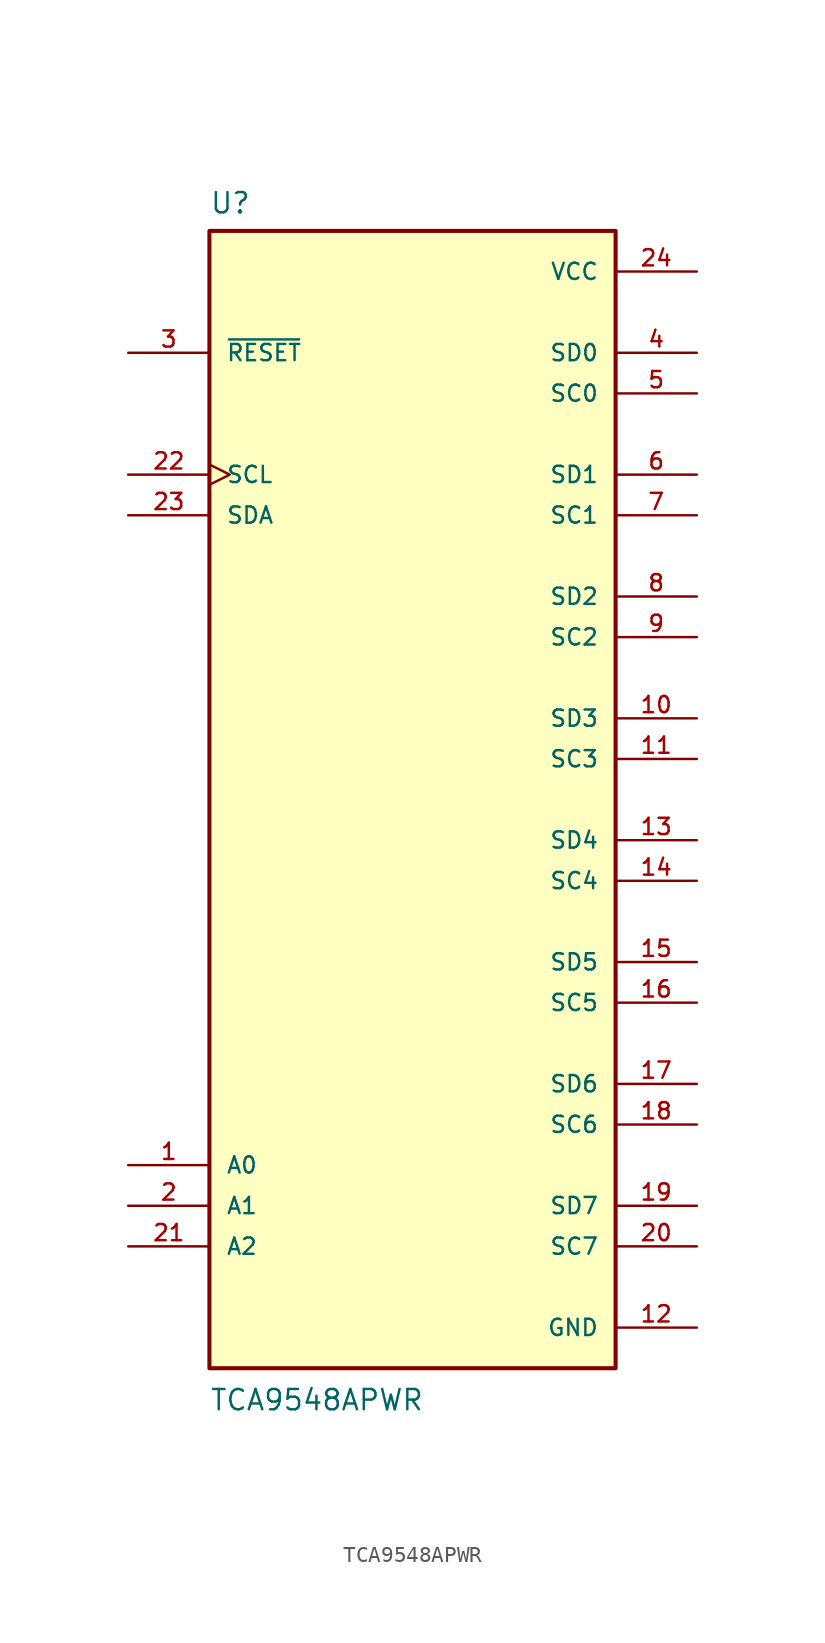
<source format=kicad_sym>
(kicad_symbol_lib
  (version 20211014)
  (generator kicad_symbol_editor)
  (symbol "TCA9548APWR"
    (pin_names
      (offset 1.016))
    (property "Reference" "U"
      (at -12.7 36.56 0.0)
      (effects (font (size 1.27 1.27)) (justify bottom left)))
    (property "Value" "TCA9548APWR"
      (at -12.7 -38.29 0.0)
      (effects (font (size 1.27 1.27)) (justify bottom left)))
    (symbol "TCA9548APWR_0_0"
      (rectangle (start -12.7 -35.56) (end 12.7 35.56) (stroke (width 0.254)) (fill (type background)))
      (pin input line (at -17.78 27.94 0) (length 5.08) (name "~{RESET}" (effects (font (size 1.016 1.016)))) (number "3" (effects (font (size 1.016 1.016)))))
      (pin input line (at -17.78 -22.86 0) (length 5.08) (name "A0" (effects (font (size 1.016 1.016)))) (number "1" (effects (font (size 1.016 1.016)))))
      (pin input line (at -17.78 -25.4 0) (length 5.08) (name "A1" (effects (font (size 1.016 1.016)))) (number "2" (effects (font (size 1.016 1.016)))))
      (pin input line (at -17.78 -27.94 0) (length 5.08) (name "A2" (effects (font (size 1.016 1.016)))) (number "21" (effects (font (size 1.016 1.016)))))
      (pin input clock (at -17.78 20.32 0) (length 5.08) (name "SCL" (effects (font (size 1.016 1.016)))) (number "22" (effects (font (size 1.016 1.016)))))
      (pin bidirectional line (at 17.78 25.4 180.0) (length 5.08) (name "SC0" (effects (font (size 1.016 1.016)))) (number "5" (effects (font (size 1.016 1.016)))))
      (pin bidirectional line (at 17.78 17.78 180.0) (length 5.08) (name "SC1" (effects (font (size 1.016 1.016)))) (number "7" (effects (font (size 1.016 1.016)))))
      (pin bidirectional line (at 17.78 10.16 180.0) (length 5.08) (name "SC2" (effects (font (size 1.016 1.016)))) (number "9" (effects (font (size 1.016 1.016)))))
      (pin bidirectional line (at 17.78 2.54 180.0) (length 5.08) (name "SC3" (effects (font (size 1.016 1.016)))) (number "11" (effects (font (size 1.016 1.016)))))
      (pin bidirectional line (at 17.78 27.94 180.0) (length 5.08) (name "SD0" (effects (font (size 1.016 1.016)))) (number "4" (effects (font (size 1.016 1.016)))))
      (pin bidirectional line (at 17.78 20.32 180.0) (length 5.08) (name "SD1" (effects (font (size 1.016 1.016)))) (number "6" (effects (font (size 1.016 1.016)))))
      (pin bidirectional line (at 17.78 12.7 180.0) (length 5.08) (name "SD2" (effects (font (size 1.016 1.016)))) (number "8" (effects (font (size 1.016 1.016)))))
      (pin bidirectional line (at 17.78 5.08 180.0) (length 5.08) (name "SD3" (effects (font (size 1.016 1.016)))) (number "10" (effects (font (size 1.016 1.016)))))
      (pin bidirectional line (at -17.78 17.78 0) (length 5.08) (name "SDA" (effects (font (size 1.016 1.016)))) (number "23" (effects (font (size 1.016 1.016)))))
      (pin power_in line (at 17.78 33.02 180.0) (length 5.08) (name "VCC" (effects (font (size 1.016 1.016)))) (number "24" (effects (font (size 1.016 1.016)))))
      (pin bidirectional line (at 17.78 -5.08 180.0) (length 5.08) (name "SC4" (effects (font (size 1.016 1.016)))) (number "14" (effects (font (size 1.016 1.016)))))
      (pin bidirectional line (at 17.78 -12.7 180.0) (length 5.08) (name "SC5" (effects (font (size 1.016 1.016)))) (number "16" (effects (font (size 1.016 1.016)))))
      (pin bidirectional line (at 17.78 -20.32 180.0) (length 5.08) (name "SC6" (effects (font (size 1.016 1.016)))) (number "18" (effects (font (size 1.016 1.016)))))
      (pin bidirectional line (at 17.78 -27.94 180.0) (length 5.08) (name "SC7" (effects (font (size 1.016 1.016)))) (number "20" (effects (font (size 1.016 1.016)))))
      (pin bidirectional line (at 17.78 -2.54 180.0) (length 5.08) (name "SD4" (effects (font (size 1.016 1.016)))) (number "13" (effects (font (size 1.016 1.016)))))
      (pin bidirectional line (at 17.78 -10.16 180.0) (length 5.08) (name "SD5" (effects (font (size 1.016 1.016)))) (number "15" (effects (font (size 1.016 1.016)))))
      (pin bidirectional line (at 17.78 -17.78 180.0) (length 5.08) (name "SD6" (effects (font (size 1.016 1.016)))) (number "17" (effects (font (size 1.016 1.016)))))
      (pin bidirectional line (at 17.78 -25.4 180.0) (length 5.08) (name "SD7" (effects (font (size 1.016 1.016)))) (number "19" (effects (font (size 1.016 1.016)))))
      (pin power_in line (at 17.78 -33.02 180.0) (length 5.08) (name "GND" (effects (font (size 1.016 1.016)))) (number "12" (effects (font (size 1.016 1.016))))))))
</source>
